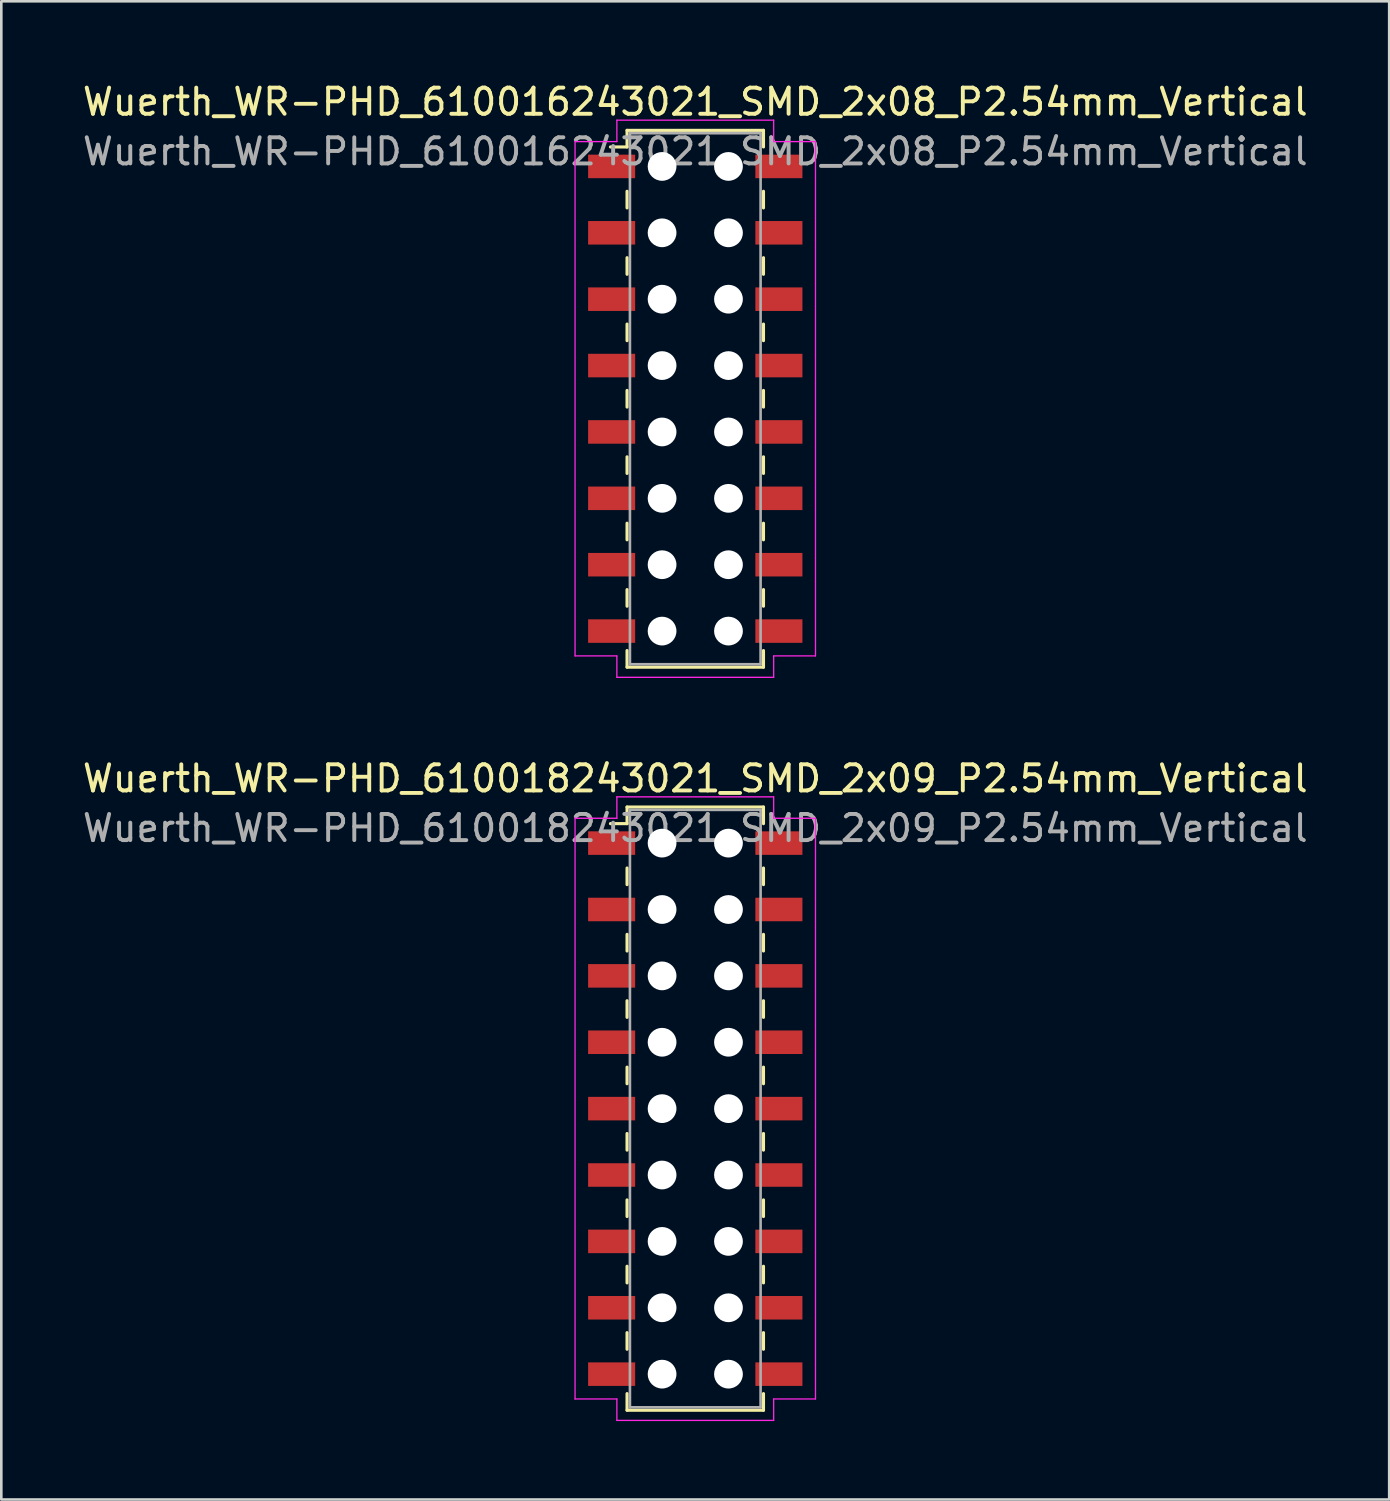
<source format=kicad_pcb>
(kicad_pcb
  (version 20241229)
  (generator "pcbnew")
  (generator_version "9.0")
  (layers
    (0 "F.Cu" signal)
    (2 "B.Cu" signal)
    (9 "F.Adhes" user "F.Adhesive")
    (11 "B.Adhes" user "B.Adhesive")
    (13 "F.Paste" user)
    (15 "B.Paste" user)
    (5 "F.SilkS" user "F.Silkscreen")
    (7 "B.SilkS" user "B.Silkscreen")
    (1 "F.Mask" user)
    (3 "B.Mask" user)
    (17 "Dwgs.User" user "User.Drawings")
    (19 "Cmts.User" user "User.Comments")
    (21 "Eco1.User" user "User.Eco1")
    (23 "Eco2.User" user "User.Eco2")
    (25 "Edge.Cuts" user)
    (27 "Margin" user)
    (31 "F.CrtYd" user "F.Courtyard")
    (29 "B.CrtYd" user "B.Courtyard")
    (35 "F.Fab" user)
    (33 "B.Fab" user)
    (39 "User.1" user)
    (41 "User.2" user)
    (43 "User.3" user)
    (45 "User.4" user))
  (footprint "Wuerth_WR-PHD_610016243021_SMD_2x08_P2.54mm_Vertical"
    (layer "F.Cu")
    (at 23.554 12.208)
    (property "Reference" "Wuerth_WR-PHD_610016243021_SMD_2x08_P2.54mm_Vertical" (at 0 -11.36 0) (layer "F.SilkS") (effects (font (size 1 1) (thickness 0.15))))
    (attr smd)
    (fp_line (start -2.61 -10.27) (end -2.61 -9.635) (stroke (width 0.12) (type solid)) (layer "F.SilkS"))
    (fp_line (start -2.61 -10.27) (end 2.61 -10.27) (stroke (width 0.12) (type solid)) (layer "F.SilkS"))
    (fp_line (start -2.61 -9.635) (end -3.245 -9.635) (stroke (width 0.12) (type solid)) (layer "F.SilkS"))
    (fp_line (start -2.61 -7.938) (end -2.61 -7.303) (stroke (width 0.12) (type solid)) (layer "F.SilkS"))
    (fp_line (start -2.61 -5.397) (end -2.61 -4.763) (stroke (width 0.12) (type solid)) (layer "F.SilkS"))
    (fp_line (start -2.61 -2.857) (end -2.61 -2.223) (stroke (width 0.12) (type solid)) (layer "F.SilkS"))
    (fp_line (start -2.61 -0.318) (end -2.61 0.318) (stroke (width 0.12) (type solid)) (layer "F.SilkS"))
    (fp_line (start -2.61 2.223) (end -2.61 2.857) (stroke (width 0.12) (type solid)) (layer "F.SilkS"))
    (fp_line (start -2.61 4.763) (end -2.61 5.397) (stroke (width 0.12) (type solid)) (layer "F.SilkS"))
    (fp_line (start -2.61 7.303) (end -2.61 7.938) (stroke (width 0.12) (type solid)) (layer "F.SilkS"))
    (fp_line (start -2.61 10.27) (end -2.61 9.635) (stroke (width 0.12) (type solid)) (layer "F.SilkS"))
    (fp_line (start -2.61 10.27) (end 2.61 10.27) (stroke (width 0.12) (type solid)) (layer "F.SilkS"))
    (fp_line (start 2.61 -10.27) (end 2.61 -9.635) (stroke (width 0.12) (type solid)) (layer "F.SilkS"))
    (fp_line (start 2.61 -7.938) (end 2.61 -7.303) (stroke (width 0.12) (type solid)) (layer "F.SilkS"))
    (fp_line (start 2.61 -5.397) (end 2.61 -4.763) (stroke (width 0.12) (type solid)) (layer "F.SilkS"))
    (fp_line (start 2.61 -2.857) (end 2.61 -2.223) (stroke (width 0.12) (type solid)) (layer "F.SilkS"))
    (fp_line (start 2.61 -0.318) (end 2.61 0.318) (stroke (width 0.12) (type solid)) (layer "F.SilkS"))
    (fp_line (start 2.61 2.223) (end 2.61 2.857) (stroke (width 0.12) (type solid)) (layer "F.SilkS"))
    (fp_line (start 2.61 4.763) (end 2.61 5.397) (stroke (width 0.12) (type solid)) (layer "F.SilkS"))
    (fp_line (start 2.61 7.303) (end 2.61 7.938) (stroke (width 0.12) (type solid)) (layer "F.SilkS"))
    (fp_line (start 2.61 10.27) (end 2.61 9.635) (stroke (width 0.12) (type solid)) (layer "F.SilkS"))
    (fp_line (start -4.6 -9.84) (end -3 -9.84) (stroke (width 0.05) (type solid)) (layer "F.CrtYd"))
    (fp_line (start -4.6 9.84) (end -4.6 -9.84) (stroke (width 0.05) (type solid)) (layer "F.CrtYd"))
    (fp_line (start -3 -10.66) (end 3 -10.66) (stroke (width 0.05) (type solid)) (layer "F.CrtYd"))
    (fp_line (start -3 -9.84) (end -3 -10.66) (stroke (width 0.05) (type solid)) (layer "F.CrtYd"))
    (fp_line (start -3 9.84) (end -4.6 9.84) (stroke (width 0.05) (type solid)) (layer "F.CrtYd"))
    (fp_line (start -3 10.66) (end -3 9.84) (stroke (width 0.05) (type solid)) (layer "F.CrtYd"))
    (fp_line (start 3 -10.66) (end 3 -9.84) (stroke (width 0.05) (type solid)) (layer "F.CrtYd"))
    (fp_line (start 3 -9.84) (end 4.6 -9.84) (stroke (width 0.05) (type solid)) (layer "F.CrtYd"))
    (fp_line (start 3 9.84) (end 3 10.66) (stroke (width 0.05) (type solid)) (layer "F.CrtYd"))
    (fp_line (start 3 10.66) (end -3 10.66) (stroke (width 0.05) (type solid)) (layer "F.CrtYd"))
    (fp_line (start 4.6 -9.84) (end 4.6 9.84) (stroke (width 0.05) (type solid)) (layer "F.CrtYd"))
    (fp_line (start 4.6 9.84) (end 3 9.84) (stroke (width 0.05) (type solid)) (layer "F.CrtYd"))
    (fp_line (start -2.5 -10.16) (end -2.5 10.16) (stroke (width 0.1) (type solid)) (layer "F.Fab"))
    (fp_line (start -2.5 10.16) (end 2.5 10.16) (stroke (width 0.1) (type solid)) (layer "F.Fab"))
    (fp_line (start 2.5 -10.16) (end -2.5 -10.16) (stroke (width 0.1) (type solid)) (layer "F.Fab"))
    (fp_line (start 2.5 10.16) (end 2.5 -10.16) (stroke (width 0.1) (type solid)) (layer "F.Fab"))
    (fp_text user "${REFERENCE}" (at 0 -9.46 0) (layer "F.Fab") (effects (font (size 1 1) (thickness 0.15))))
    (pad "" np_thru_hole circle (at -1.27 -8.89) (size 1.1 1.1) (drill 1.1) (layers "*.Cu" "*.Mask"))
    (pad "" np_thru_hole circle (at -1.27 -6.35) (size 1.1 1.1) (drill 1.1) (layers "*.Cu" "*.Mask"))
    (pad "" np_thru_hole circle (at -1.27 -3.81) (size 1.1 1.1) (drill 1.1) (layers "*.Cu" "*.Mask"))
    (pad "" np_thru_hole circle (at -1.27 -1.27) (size 1.1 1.1) (drill 1.1) (layers "*.Cu" "*.Mask"))
    (pad "" np_thru_hole circle (at -1.27 1.27) (size 1.1 1.1) (drill 1.1) (layers "*.Cu" "*.Mask"))
    (pad "" np_thru_hole circle (at -1.27 3.81) (size 1.1 1.1) (drill 1.1) (layers "*.Cu" "*.Mask"))
    (pad "" np_thru_hole circle (at -1.27 6.35) (size 1.1 1.1) (drill 1.1) (layers "*.Cu" "*.Mask"))
    (pad "" np_thru_hole circle (at -1.27 8.89) (size 1.1 1.1) (drill 1.1) (layers "*.Cu" "*.Mask"))
    (pad "" np_thru_hole circle (at 1.27 -8.89) (size 1.1 1.1) (drill 1.1) (layers "*.Cu" "*.Mask"))
    (pad "" np_thru_hole circle (at 1.27 -6.35) (size 1.1 1.1) (drill 1.1) (layers "*.Cu" "*.Mask"))
    (pad "" np_thru_hole circle (at 1.27 -3.81) (size 1.1 1.1) (drill 1.1) (layers "*.Cu" "*.Mask"))
    (pad "" np_thru_hole circle (at 1.27 -1.27) (size 1.1 1.1) (drill 1.1) (layers "*.Cu" "*.Mask"))
    (pad "" np_thru_hole circle (at 1.27 1.27) (size 1.1 1.1) (drill 1.1) (layers "*.Cu" "*.Mask"))
    (pad "" np_thru_hole circle (at 1.27 3.81) (size 1.1 1.1) (drill 1.1) (layers "*.Cu" "*.Mask"))
    (pad "" np_thru_hole circle (at 1.27 6.35) (size 1.1 1.1) (drill 1.1) (layers "*.Cu" "*.Mask"))
    (pad "" np_thru_hole circle (at 1.27 8.89) (size 1.1 1.1) (drill 1.1) (layers "*.Cu" "*.Mask"))
    (pad "1" smd rect (at -3.2 -8.89) (size 1.8 0.9) (layers "F.Cu" "F.Mask" "F.Paste"))
    (pad "2" smd rect (at 3.2 -8.89) (size 1.8 0.9) (layers "F.Cu" "F.Mask" "F.Paste"))
    (pad "3" smd rect (at -3.2 -6.35) (size 1.8 0.9) (layers "F.Cu" "F.Mask" "F.Paste"))
    (pad "4" smd rect (at 3.2 -6.35) (size 1.8 0.9) (layers "F.Cu" "F.Mask" "F.Paste"))
    (pad "5" smd rect (at -3.2 -3.81) (size 1.8 0.9) (layers "F.Cu" "F.Mask" "F.Paste"))
    (pad "6" smd rect (at 3.2 -3.81) (size 1.8 0.9) (layers "F.Cu" "F.Mask" "F.Paste"))
    (pad "7" smd rect (at -3.2 -1.27) (size 1.8 0.9) (layers "F.Cu" "F.Mask" "F.Paste"))
    (pad "8" smd rect (at 3.2 -1.27) (size 1.8 0.9) (layers "F.Cu" "F.Mask" "F.Paste"))
    (pad "9" smd rect (at -3.2 1.27) (size 1.8 0.9) (layers "F.Cu" "F.Mask" "F.Paste"))
    (pad "10" smd rect (at 3.2 1.27) (size 1.8 0.9) (layers "F.Cu" "F.Mask" "F.Paste"))
    (pad "11" smd rect (at -3.2 3.81) (size 1.8 0.9) (layers "F.Cu" "F.Mask" "F.Paste"))
    (pad "12" smd rect (at 3.2 3.81) (size 1.8 0.9) (layers "F.Cu" "F.Mask" "F.Paste"))
    (pad "13" smd rect (at -3.2 6.35) (size 1.8 0.9) (layers "F.Cu" "F.Mask" "F.Paste"))
    (pad "14" smd rect (at 3.2 6.35) (size 1.8 0.9) (layers "F.Cu" "F.Mask" "F.Paste"))
    (pad "15" smd rect (at -3.2 8.89) (size 1.8 0.9) (layers "F.Cu" "F.Mask" "F.Paste"))
    (pad "16" smd rect (at 3.2 8.89) (size 1.8 0.9) (layers "F.Cu" "F.Mask" "F.Paste")))
  (footprint "Wuerth_WR-PHD_610018243021_SMD_2x09_P2.54mm_Vertical"
    (layer "F.Cu")
    (at 23.554 39.371)
    (property "Reference" "Wuerth_WR-PHD_610018243021_SMD_2x09_P2.54mm_Vertical" (at 0 -12.63 0) (layer "F.SilkS") (effects (font (size 1 1) (thickness 0.15))))
    (attr smd)
    (fp_line (start -2.61 -11.54) (end -2.61 -10.905) (stroke (width 0.12) (type solid)) (layer "F.SilkS"))
    (fp_line (start -2.61 -11.54) (end 2.61 -11.54) (stroke (width 0.12) (type solid)) (layer "F.SilkS"))
    (fp_line (start -2.61 -10.905) (end -3.245 -10.905) (stroke (width 0.12) (type solid)) (layer "F.SilkS"))
    (fp_line (start -2.61 -9.207) (end -2.61 -8.572) (stroke (width 0.12) (type solid)) (layer "F.SilkS"))
    (fp_line (start -2.61 -6.668) (end -2.61 -6.032) (stroke (width 0.12) (type solid)) (layer "F.SilkS"))
    (fp_line (start -2.61 -4.128) (end -2.61 -3.493) (stroke (width 0.12) (type solid)) (layer "F.SilkS"))
    (fp_line (start -2.61 -1.587) (end -2.61 -0.953) (stroke (width 0.12) (type solid)) (layer "F.SilkS"))
    (fp_line (start -2.61 0.953) (end -2.61 1.587) (stroke (width 0.12) (type solid)) (layer "F.SilkS"))
    (fp_line (start -2.61 3.493) (end -2.61 4.128) (stroke (width 0.12) (type solid)) (layer "F.SilkS"))
    (fp_line (start -2.61 6.032) (end -2.61 6.668) (stroke (width 0.12) (type solid)) (layer "F.SilkS"))
    (fp_line (start -2.61 8.572) (end -2.61 9.207) (stroke (width 0.12) (type solid)) (layer "F.SilkS"))
    (fp_line (start -2.61 11.54) (end -2.61 10.905) (stroke (width 0.12) (type solid)) (layer "F.SilkS"))
    (fp_line (start -2.61 11.54) (end 2.61 11.54) (stroke (width 0.12) (type solid)) (layer "F.SilkS"))
    (fp_line (start 2.61 -11.54) (end 2.61 -10.905) (stroke (width 0.12) (type solid)) (layer "F.SilkS"))
    (fp_line (start 2.61 -9.207) (end 2.61 -8.572) (stroke (width 0.12) (type solid)) (layer "F.SilkS"))
    (fp_line (start 2.61 -6.668) (end 2.61 -6.032) (stroke (width 0.12) (type solid)) (layer "F.SilkS"))
    (fp_line (start 2.61 -4.128) (end 2.61 -3.493) (stroke (width 0.12) (type solid)) (layer "F.SilkS"))
    (fp_line (start 2.61 -1.587) (end 2.61 -0.953) (stroke (width 0.12) (type solid)) (layer "F.SilkS"))
    (fp_line (start 2.61 0.953) (end 2.61 1.587) (stroke (width 0.12) (type solid)) (layer "F.SilkS"))
    (fp_line (start 2.61 3.493) (end 2.61 4.128) (stroke (width 0.12) (type solid)) (layer "F.SilkS"))
    (fp_line (start 2.61 6.032) (end 2.61 6.668) (stroke (width 0.12) (type solid)) (layer "F.SilkS"))
    (fp_line (start 2.61 8.572) (end 2.61 9.207) (stroke (width 0.12) (type solid)) (layer "F.SilkS"))
    (fp_line (start 2.61 11.54) (end 2.61 10.905) (stroke (width 0.12) (type solid)) (layer "F.SilkS"))
    (fp_line (start -4.6 -11.11) (end -3 -11.11) (stroke (width 0.05) (type solid)) (layer "F.CrtYd"))
    (fp_line (start -4.6 11.11) (end -4.6 -11.11) (stroke (width 0.05) (type solid)) (layer "F.CrtYd"))
    (fp_line (start -3 -11.93) (end 3 -11.93) (stroke (width 0.05) (type solid)) (layer "F.CrtYd"))
    (fp_line (start -3 -11.11) (end -3 -11.93) (stroke (width 0.05) (type solid)) (layer "F.CrtYd"))
    (fp_line (start -3 11.11) (end -4.6 11.11) (stroke (width 0.05) (type solid)) (layer "F.CrtYd"))
    (fp_line (start -3 11.93) (end -3 11.11) (stroke (width 0.05) (type solid)) (layer "F.CrtYd"))
    (fp_line (start 3 -11.93) (end 3 -11.11) (stroke (width 0.05) (type solid)) (layer "F.CrtYd"))
    (fp_line (start 3 -11.11) (end 4.6 -11.11) (stroke (width 0.05) (type solid)) (layer "F.CrtYd"))
    (fp_line (start 3 11.11) (end 3 11.93) (stroke (width 0.05) (type solid)) (layer "F.CrtYd"))
    (fp_line (start 3 11.93) (end -3 11.93) (stroke (width 0.05) (type solid)) (layer "F.CrtYd"))
    (fp_line (start 4.6 -11.11) (end 4.6 11.11) (stroke (width 0.05) (type solid)) (layer "F.CrtYd"))
    (fp_line (start 4.6 11.11) (end 3 11.11) (stroke (width 0.05) (type solid)) (layer "F.CrtYd"))
    (fp_line (start -2.5 -11.43) (end -2.5 11.43) (stroke (width 0.1) (type solid)) (layer "F.Fab"))
    (fp_line (start -2.5 11.43) (end 2.5 11.43) (stroke (width 0.1) (type solid)) (layer "F.Fab"))
    (fp_line (start 2.5 -11.43) (end -2.5 -11.43) (stroke (width 0.1) (type solid)) (layer "F.Fab"))
    (fp_line (start 2.5 11.43) (end 2.5 -11.43) (stroke (width 0.1) (type solid)) (layer "F.Fab"))
    (fp_text user "${REFERENCE}" (at 0 -10.73 0) (layer "F.Fab") (effects (font (size 1 1) (thickness 0.15))))
    (pad "" np_thru_hole circle (at -1.27 -10.16) (size 1.1 1.1) (drill 1.1) (layers "*.Cu" "*.Mask"))
    (pad "" np_thru_hole circle (at -1.27 -7.62) (size 1.1 1.1) (drill 1.1) (layers "*.Cu" "*.Mask"))
    (pad "" np_thru_hole circle (at -1.27 -5.08) (size 1.1 1.1) (drill 1.1) (layers "*.Cu" "*.Mask"))
    (pad "" np_thru_hole circle (at -1.27 -2.54) (size 1.1 1.1) (drill 1.1) (layers "*.Cu" "*.Mask"))
    (pad "" np_thru_hole circle (at -1.27 0) (size 1.1 1.1) (drill 1.1) (layers "*.Cu" "*.Mask"))
    (pad "" np_thru_hole circle (at -1.27 2.54) (size 1.1 1.1) (drill 1.1) (layers "*.Cu" "*.Mask"))
    (pad "" np_thru_hole circle (at -1.27 5.08) (size 1.1 1.1) (drill 1.1) (layers "*.Cu" "*.Mask"))
    (pad "" np_thru_hole circle (at -1.27 7.62) (size 1.1 1.1) (drill 1.1) (layers "*.Cu" "*.Mask"))
    (pad "" np_thru_hole circle (at -1.27 10.16) (size 1.1 1.1) (drill 1.1) (layers "*.Cu" "*.Mask"))
    (pad "" np_thru_hole circle (at 1.27 -10.16) (size 1.1 1.1) (drill 1.1) (layers "*.Cu" "*.Mask"))
    (pad "" np_thru_hole circle (at 1.27 -7.62) (size 1.1 1.1) (drill 1.1) (layers "*.Cu" "*.Mask"))
    (pad "" np_thru_hole circle (at 1.27 -5.08) (size 1.1 1.1) (drill 1.1) (layers "*.Cu" "*.Mask"))
    (pad "" np_thru_hole circle (at 1.27 -2.54) (size 1.1 1.1) (drill 1.1) (layers "*.Cu" "*.Mask"))
    (pad "" np_thru_hole circle (at 1.27 0) (size 1.1 1.1) (drill 1.1) (layers "*.Cu" "*.Mask"))
    (pad "" np_thru_hole circle (at 1.27 2.54) (size 1.1 1.1) (drill 1.1) (layers "*.Cu" "*.Mask"))
    (pad "" np_thru_hole circle (at 1.27 5.08) (size 1.1 1.1) (drill 1.1) (layers "*.Cu" "*.Mask"))
    (pad "" np_thru_hole circle (at 1.27 7.62) (size 1.1 1.1) (drill 1.1) (layers "*.Cu" "*.Mask"))
    (pad "" np_thru_hole circle (at 1.27 10.16) (size 1.1 1.1) (drill 1.1) (layers "*.Cu" "*.Mask"))
    (pad "1" smd rect (at -3.2 -10.16) (size 1.8 0.9) (layers "F.Cu" "F.Mask" "F.Paste"))
    (pad "2" smd rect (at 3.2 -10.16) (size 1.8 0.9) (layers "F.Cu" "F.Mask" "F.Paste"))
    (pad "3" smd rect (at -3.2 -7.62) (size 1.8 0.9) (layers "F.Cu" "F.Mask" "F.Paste"))
    (pad "4" smd rect (at 3.2 -7.62) (size 1.8 0.9) (layers "F.Cu" "F.Mask" "F.Paste"))
    (pad "5" smd rect (at -3.2 -5.08) (size 1.8 0.9) (layers "F.Cu" "F.Mask" "F.Paste"))
    (pad "6" smd rect (at 3.2 -5.08) (size 1.8 0.9) (layers "F.Cu" "F.Mask" "F.Paste"))
    (pad "7" smd rect (at -3.2 -2.54) (size 1.8 0.9) (layers "F.Cu" "F.Mask" "F.Paste"))
    (pad "8" smd rect (at 3.2 -2.54) (size 1.8 0.9) (layers "F.Cu" "F.Mask" "F.Paste"))
    (pad "9" smd rect (at -3.2 0) (size 1.8 0.9) (layers "F.Cu" "F.Mask" "F.Paste"))
    (pad "10" smd rect (at 3.2 0) (size 1.8 0.9) (layers "F.Cu" "F.Mask" "F.Paste"))
    (pad "11" smd rect (at -3.2 2.54) (size 1.8 0.9) (layers "F.Cu" "F.Mask" "F.Paste"))
    (pad "12" smd rect (at 3.2 2.54) (size 1.8 0.9) (layers "F.Cu" "F.Mask" "F.Paste"))
    (pad "13" smd rect (at -3.2 5.08) (size 1.8 0.9) (layers "F.Cu" "F.Mask" "F.Paste"))
    (pad "14" smd rect (at 3.2 5.08) (size 1.8 0.9) (layers "F.Cu" "F.Mask" "F.Paste"))
    (pad "15" smd rect (at -3.2 7.62) (size 1.8 0.9) (layers "F.Cu" "F.Mask" "F.Paste"))
    (pad "16" smd rect (at 3.2 7.62) (size 1.8 0.9) (layers "F.Cu" "F.Mask" "F.Paste"))
    (pad "17" smd rect (at -3.2 10.16) (size 1.8 0.9) (layers "F.Cu" "F.Mask" "F.Paste"))
    (pad "18" smd rect (at 3.2 10.16) (size 1.8 0.9) (layers "F.Cu" "F.Mask" "F.Paste")))
  (gr_rect
    (start -3 -3)
    (end 50.107 54.327)
    (stroke (width 0.1) (type default))
    (fill no)
    (layer "Edge.Cuts")))
</source>
